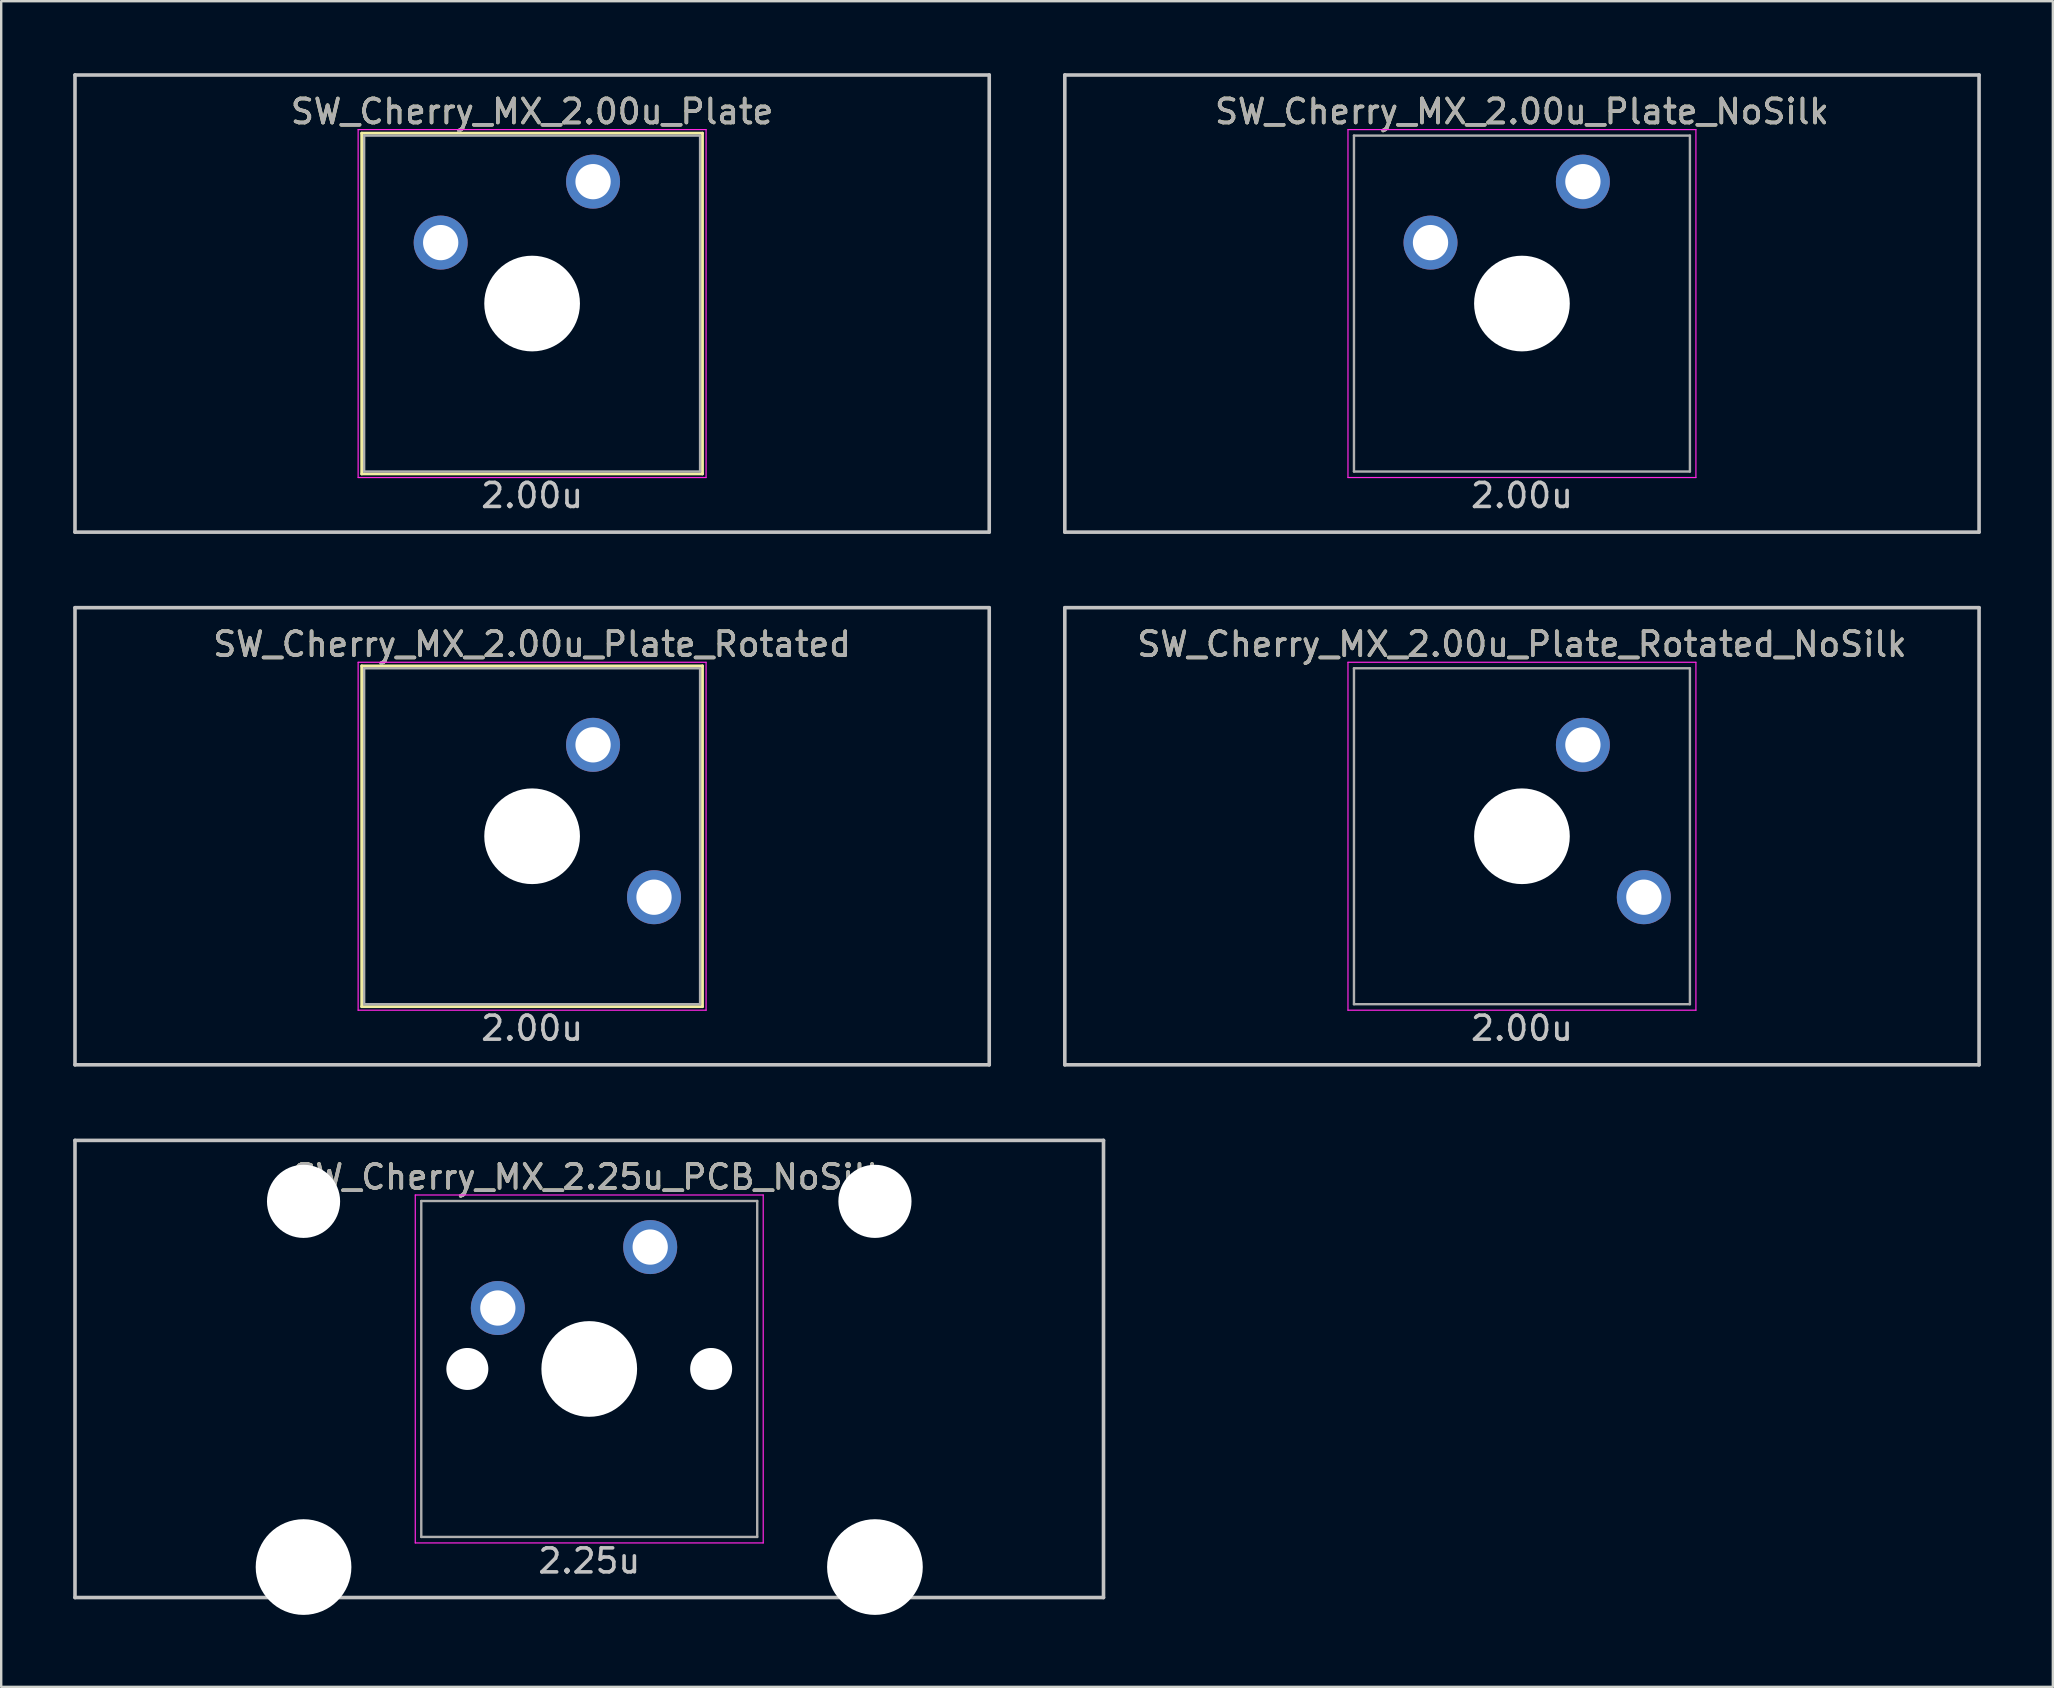
<source format=kicad_pcb>
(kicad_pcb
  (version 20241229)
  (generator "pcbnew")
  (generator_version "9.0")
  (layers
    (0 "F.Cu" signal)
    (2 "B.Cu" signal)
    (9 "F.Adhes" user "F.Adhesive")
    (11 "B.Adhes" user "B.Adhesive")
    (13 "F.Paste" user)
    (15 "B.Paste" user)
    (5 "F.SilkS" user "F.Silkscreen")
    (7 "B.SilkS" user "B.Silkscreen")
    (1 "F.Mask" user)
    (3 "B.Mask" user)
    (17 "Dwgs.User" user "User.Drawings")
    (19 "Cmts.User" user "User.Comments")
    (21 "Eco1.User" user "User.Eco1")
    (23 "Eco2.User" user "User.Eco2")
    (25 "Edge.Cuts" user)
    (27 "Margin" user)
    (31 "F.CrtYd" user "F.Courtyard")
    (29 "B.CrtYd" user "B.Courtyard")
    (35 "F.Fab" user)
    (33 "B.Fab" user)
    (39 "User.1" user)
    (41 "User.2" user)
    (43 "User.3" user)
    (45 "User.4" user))
  (footprint "SW_Cherry_MX_2.00u_Plate_Rotated"
    (layer "F.Cu")
    (at 19.125 31.8)
    (property "Reference" "SW_Cherry_MX_2.00u_Plate_Rotated" (at 0 -8 0) (layer "F.SilkS") (effects (font (size 1 1) (thickness 0.15))))
    (attr through_hole)
    (fp_line (start -7.1 -7.1) (end 7.1 -7.1) (stroke (width 0.12) (type solid)) (layer "F.SilkS"))
    (fp_line (start -7.1 7.1) (end -7.1 -7.1) (stroke (width 0.12) (type solid)) (layer "F.SilkS"))
    (fp_line (start 7.1 -7.1) (end 7.1 7.1) (stroke (width 0.12) (type solid)) (layer "F.SilkS"))
    (fp_line (start 7.1 7.1) (end -7.1 7.1) (stroke (width 0.12) (type solid)) (layer "F.SilkS"))
    (fp_line (start -19.05 9.525) (end -19.05 -9.525) (stroke (width 0.15) (type solid)) (layer "Dwgs.User"))
    (fp_line (start 19.05 -9.525) (end -19.05 -9.525) (stroke (width 0.15) (type solid)) (layer "Dwgs.User"))
    (fp_line (start 19.05 -9.525) (end 19.05 9.525) (stroke (width 0.15) (type solid)) (layer "Dwgs.User"))
    (fp_line (start 19.05 9.525) (end -19.05 9.525) (stroke (width 0.15) (type solid)) (layer "Dwgs.User"))
    (fp_line (start -7.25 -7.25) (end 7.25 -7.25) (stroke (width 0.05) (type solid)) (layer "F.CrtYd"))
    (fp_line (start -7.25 7.25) (end -7.25 -7.25) (stroke (width 0.05) (type solid)) (layer "F.CrtYd"))
    (fp_line (start 7.25 -7.25) (end 7.25 7.25) (stroke (width 0.05) (type solid)) (layer "F.CrtYd"))
    (fp_line (start 7.25 7.25) (end -7.25 7.25) (stroke (width 0.05) (type solid)) (layer "F.CrtYd"))
    (fp_line (start -7 -7) (end 7 -7) (stroke (width 0.1) (type solid)) (layer "F.Fab"))
    (fp_line (start -7 7) (end -7 -7) (stroke (width 0.1) (type solid)) (layer "F.Fab"))
    (fp_line (start 7 -7) (end 7 7) (stroke (width 0.1) (type solid)) (layer "F.Fab"))
    (fp_line (start 7 7) (end -7 7) (stroke (width 0.1) (type solid)) (layer "F.Fab"))
    (fp_text user "2.00u" (at 0 8 0) (layer "Dwgs.User") (effects (font (size 1 1) (thickness 0.15))))
    (fp_text user "${REFERENCE}" (at 0 -8 0) (layer "F.Fab") (effects (font (size 1 1) (thickness 0.15))))
    (pad "" np_thru_hole circle (at 0 0 270) (size 3.988 3.988) (drill 3.988) (layers "*.Cu" "*.Mask"))
    (pad "1" thru_hole circle (at 2.54 -3.81 270) (size 2.25 2.25) (drill 1.47) (layers "*.Cu" "B.Mask"))
    (pad "2" thru_hole circle (at 5.08 2.54 270) (size 2.25 2.25) (drill 1.47) (layers "*.Cu" "B.Mask")))
  (footprint "SW_Cherry_MX_2.25u_PCB_NoSilk"
    (layer "F.Cu")
    (at 21.506 54)
    (property "Reference" "SW_Cherry_MX_2.25u_PCB_NoSilk" (at 0 -8 0) (layer "F.SilkS") (effects (font (size 1 1) (thickness 0.15))))
    (attr through_hole)
    (fp_line (start -21.431 -9.525) (end 21.431 -9.525) (stroke (width 0.15) (type solid)) (layer "Dwgs.User"))
    (fp_line (start -21.431 9.525) (end -21.431 -9.525) (stroke (width 0.15) (type solid)) (layer "Dwgs.User"))
    (fp_line (start -21.431 9.525) (end 21.431 9.525) (stroke (width 0.15) (type solid)) (layer "Dwgs.User"))
    (fp_line (start 21.431 -9.525) (end 21.431 9.525) (stroke (width 0.15) (type solid)) (layer "Dwgs.User"))
    (fp_line (start -7.25 -7.25) (end 7.25 -7.25) (stroke (width 0.05) (type solid)) (layer "F.CrtYd"))
    (fp_line (start -7.25 7.25) (end -7.25 -7.25) (stroke (width 0.05) (type solid)) (layer "F.CrtYd"))
    (fp_line (start 7.25 -7.25) (end 7.25 7.25) (stroke (width 0.05) (type solid)) (layer "F.CrtYd"))
    (fp_line (start 7.25 7.25) (end -7.25 7.25) (stroke (width 0.05) (type solid)) (layer "F.CrtYd"))
    (fp_line (start -7 -7) (end 7 -7) (stroke (width 0.1) (type solid)) (layer "F.Fab"))
    (fp_line (start -7 7) (end -7 -7) (stroke (width 0.1) (type solid)) (layer "F.Fab"))
    (fp_line (start 7 -7) (end 7 7) (stroke (width 0.1) (type solid)) (layer "F.Fab"))
    (fp_line (start 7 7) (end -7 7) (stroke (width 0.1) (type solid)) (layer "F.Fab"))
    (fp_text user "2.25u" (at 0 8 0) (layer "Dwgs.User") (effects (font (size 1 1) (thickness 0.15))))
    (fp_text user "${REFERENCE}" (at 0 -8 0) (layer "F.Fab") (effects (font (size 1 1) (thickness 0.15))))
    (pad "" np_thru_hole circle (at -11.906 -6.985) (size 3.048 3.048) (drill 3.048) (layers "*.Cu" "*.Mask"))
    (pad "" np_thru_hole circle (at -11.906 8.255) (size 3.988 3.988) (drill 3.988) (layers "*.Cu" "*.Mask"))
    (pad "" np_thru_hole circle (at -5.08 0 48.1) (size 1.75 1.75) (drill 1.75) (layers "*.Cu" "*.Mask"))
    (pad "" np_thru_hole circle (at 0 0) (size 3.988 3.988) (drill 3.988) (layers "*.Cu" "*.Mask"))
    (pad "" np_thru_hole circle (at 5.08 0 48.1) (size 1.75 1.75) (drill 1.75) (layers "*.Cu" "*.Mask"))
    (pad "" np_thru_hole circle (at 11.906 -6.985) (size 3.048 3.048) (drill 3.048) (layers "*.Cu" "*.Mask"))
    (pad "" np_thru_hole circle (at 11.906 8.255) (size 3.988 3.988) (drill 3.988) (layers "*.Cu" "*.Mask"))
    (pad "1" thru_hole circle (at -3.81 -2.54) (size 2.25 2.25) (drill 1.47) (layers "*.Cu" "B.Mask"))
    (pad "2" thru_hole circle (at 2.54 -5.08) (size 2.25 2.25) (drill 1.47) (layers "*.Cu" "B.Mask")))
  (footprint "SW_Cherry_MX_2.00u_Plate_Rotated_NoSilk"
    (layer "F.Cu")
    (at 60.375 31.8)
    (property "Reference" "SW_Cherry_MX_2.00u_Plate_Rotated_NoSilk" (at 0 -8 0) (layer "F.SilkS") (effects (font (size 1 1) (thickness 0.15))))
    (attr through_hole)
    (fp_line (start -19.05 9.525) (end -19.05 -9.525) (stroke (width 0.15) (type solid)) (layer "Dwgs.User"))
    (fp_line (start 19.05 -9.525) (end -19.05 -9.525) (stroke (width 0.15) (type solid)) (layer "Dwgs.User"))
    (fp_line (start 19.05 -9.525) (end 19.05 9.525) (stroke (width 0.15) (type solid)) (layer "Dwgs.User"))
    (fp_line (start 19.05 9.525) (end -19.05 9.525) (stroke (width 0.15) (type solid)) (layer "Dwgs.User"))
    (fp_line (start -7.25 -7.25) (end 7.25 -7.25) (stroke (width 0.05) (type solid)) (layer "F.CrtYd"))
    (fp_line (start -7.25 7.25) (end -7.25 -7.25) (stroke (width 0.05) (type solid)) (layer "F.CrtYd"))
    (fp_line (start 7.25 -7.25) (end 7.25 7.25) (stroke (width 0.05) (type solid)) (layer "F.CrtYd"))
    (fp_line (start 7.25 7.25) (end -7.25 7.25) (stroke (width 0.05) (type solid)) (layer "F.CrtYd"))
    (fp_line (start -7 -7) (end 7 -7) (stroke (width 0.1) (type solid)) (layer "F.Fab"))
    (fp_line (start -7 7) (end -7 -7) (stroke (width 0.1) (type solid)) (layer "F.Fab"))
    (fp_line (start 7 -7) (end 7 7) (stroke (width 0.1) (type solid)) (layer "F.Fab"))
    (fp_line (start 7 7) (end -7 7) (stroke (width 0.1) (type solid)) (layer "F.Fab"))
    (fp_text user "2.00u" (at 0 8 0) (layer "Dwgs.User") (effects (font (size 1 1) (thickness 0.15))))
    (fp_text user "${REFERENCE}" (at 0 -8 0) (layer "F.Fab") (effects (font (size 1 1) (thickness 0.15))))
    (pad "" np_thru_hole circle (at 0 0 270) (size 3.988 3.988) (drill 3.988) (layers "*.Cu" "*.Mask"))
    (pad "1" thru_hole circle (at 2.54 -3.81 270) (size 2.25 2.25) (drill 1.47) (layers "*.Cu" "B.Mask"))
    (pad "2" thru_hole circle (at 5.08 2.54 270) (size 2.25 2.25) (drill 1.47) (layers "*.Cu" "B.Mask")))
  (footprint "SW_Cherry_MX_2.00u_Plate_NoSilk"
    (layer "F.Cu")
    (at 60.375 9.6)
    (property "Reference" "SW_Cherry_MX_2.00u_Plate_NoSilk" (at 0 -8 0) (layer "F.SilkS") (effects (font (size 1 1) (thickness 0.15))))
    (attr through_hole)
    (fp_line (start -19.05 -9.525) (end 19.05 -9.525) (stroke (width 0.15) (type solid)) (layer "Dwgs.User"))
    (fp_line (start -19.05 9.525) (end -19.05 -9.525) (stroke (width 0.15) (type solid)) (layer "Dwgs.User"))
    (fp_line (start -19.05 9.525) (end 19.05 9.525) (stroke (width 0.15) (type solid)) (layer "Dwgs.User"))
    (fp_line (start 19.05 -9.525) (end 19.05 9.525) (stroke (width 0.15) (type solid)) (layer "Dwgs.User"))
    (fp_line (start -7.25 -7.25) (end 7.25 -7.25) (stroke (width 0.05) (type solid)) (layer "F.CrtYd"))
    (fp_line (start -7.25 7.25) (end -7.25 -7.25) (stroke (width 0.05) (type solid)) (layer "F.CrtYd"))
    (fp_line (start 7.25 -7.25) (end 7.25 7.25) (stroke (width 0.05) (type solid)) (layer "F.CrtYd"))
    (fp_line (start 7.25 7.25) (end -7.25 7.25) (stroke (width 0.05) (type solid)) (layer "F.CrtYd"))
    (fp_line (start -7 -7) (end 7 -7) (stroke (width 0.1) (type solid)) (layer "F.Fab"))
    (fp_line (start -7 7) (end -7 -7) (stroke (width 0.1) (type solid)) (layer "F.Fab"))
    (fp_line (start 7 -7) (end 7 7) (stroke (width 0.1) (type solid)) (layer "F.Fab"))
    (fp_line (start 7 7) (end -7 7) (stroke (width 0.1) (type solid)) (layer "F.Fab"))
    (fp_text user "2.00u" (at 0 8 0) (layer "Dwgs.User") (effects (font (size 1 1) (thickness 0.15))))
    (fp_text user "${REFERENCE}" (at 0 -8 0) (layer "F.Fab") (effects (font (size 1 1) (thickness 0.15))))
    (pad "" np_thru_hole circle (at 0 0) (size 3.988 3.988) (drill 3.988) (layers "*.Cu" "*.Mask"))
    (pad "1" thru_hole circle (at -3.81 -2.54) (size 2.25 2.25) (drill 1.47) (layers "*.Cu" "B.Mask"))
    (pad "2" thru_hole circle (at 2.54 -5.08) (size 2.25 2.25) (drill 1.47) (layers "*.Cu" "B.Mask")))
  (footprint "SW_Cherry_MX_2.00u_Plate"
    (layer "F.Cu")
    (at 19.125 9.6)
    (property "Reference" "SW_Cherry_MX_2.00u_Plate" (at 0 -8 0) (layer "F.SilkS") (effects (font (size 1 1) (thickness 0.15))))
    (attr through_hole)
    (fp_line (start -7.1 -7.1) (end 7.1 -7.1) (stroke (width 0.12) (type solid)) (layer "F.SilkS"))
    (fp_line (start -7.1 7.1) (end -7.1 -7.1) (stroke (width 0.12) (type solid)) (layer "F.SilkS"))
    (fp_line (start 7.1 -7.1) (end 7.1 7.1) (stroke (width 0.12) (type solid)) (layer "F.SilkS"))
    (fp_line (start 7.1 7.1) (end -7.1 7.1) (stroke (width 0.12) (type solid)) (layer "F.SilkS"))
    (fp_line (start -19.05 -9.525) (end 19.05 -9.525) (stroke (width 0.15) (type solid)) (layer "Dwgs.User"))
    (fp_line (start -19.05 9.525) (end -19.05 -9.525) (stroke (width 0.15) (type solid)) (layer "Dwgs.User"))
    (fp_line (start -19.05 9.525) (end 19.05 9.525) (stroke (width 0.15) (type solid)) (layer "Dwgs.User"))
    (fp_line (start 19.05 -9.525) (end 19.05 9.525) (stroke (width 0.15) (type solid)) (layer "Dwgs.User"))
    (fp_line (start -7.25 -7.25) (end 7.25 -7.25) (stroke (width 0.05) (type solid)) (layer "F.CrtYd"))
    (fp_line (start -7.25 7.25) (end -7.25 -7.25) (stroke (width 0.05) (type solid)) (layer "F.CrtYd"))
    (fp_line (start 7.25 -7.25) (end 7.25 7.25) (stroke (width 0.05) (type solid)) (layer "F.CrtYd"))
    (fp_line (start 7.25 7.25) (end -7.25 7.25) (stroke (width 0.05) (type solid)) (layer "F.CrtYd"))
    (fp_line (start -7 -7) (end 7 -7) (stroke (width 0.1) (type solid)) (layer "F.Fab"))
    (fp_line (start -7 7) (end -7 -7) (stroke (width 0.1) (type solid)) (layer "F.Fab"))
    (fp_line (start 7 -7) (end 7 7) (stroke (width 0.1) (type solid)) (layer "F.Fab"))
    (fp_line (start 7 7) (end -7 7) (stroke (width 0.1) (type solid)) (layer "F.Fab"))
    (fp_text user "2.00u" (at 0 8 0) (layer "Dwgs.User") (effects (font (size 1 1) (thickness 0.15))))
    (fp_text user "${REFERENCE}" (at 0 -8 0) (layer "F.Fab") (effects (font (size 1 1) (thickness 0.15))))
    (pad "" np_thru_hole circle (at 0 0) (size 3.988 3.988) (drill 3.988) (layers "*.Cu" "*.Mask"))
    (pad "1" thru_hole circle (at -3.81 -2.54) (size 2.25 2.25) (drill 1.47) (layers "*.Cu" "B.Mask"))
    (pad "2" thru_hole circle (at 2.54 -5.08) (size 2.25 2.25) (drill 1.47) (layers "*.Cu" "B.Mask")))
  (gr_rect
    (start -3 -3)
    (end 82.5 67.249)
    (stroke (width 0.1) (type default))
    (fill no)
    (layer "Edge.Cuts")))
</source>
